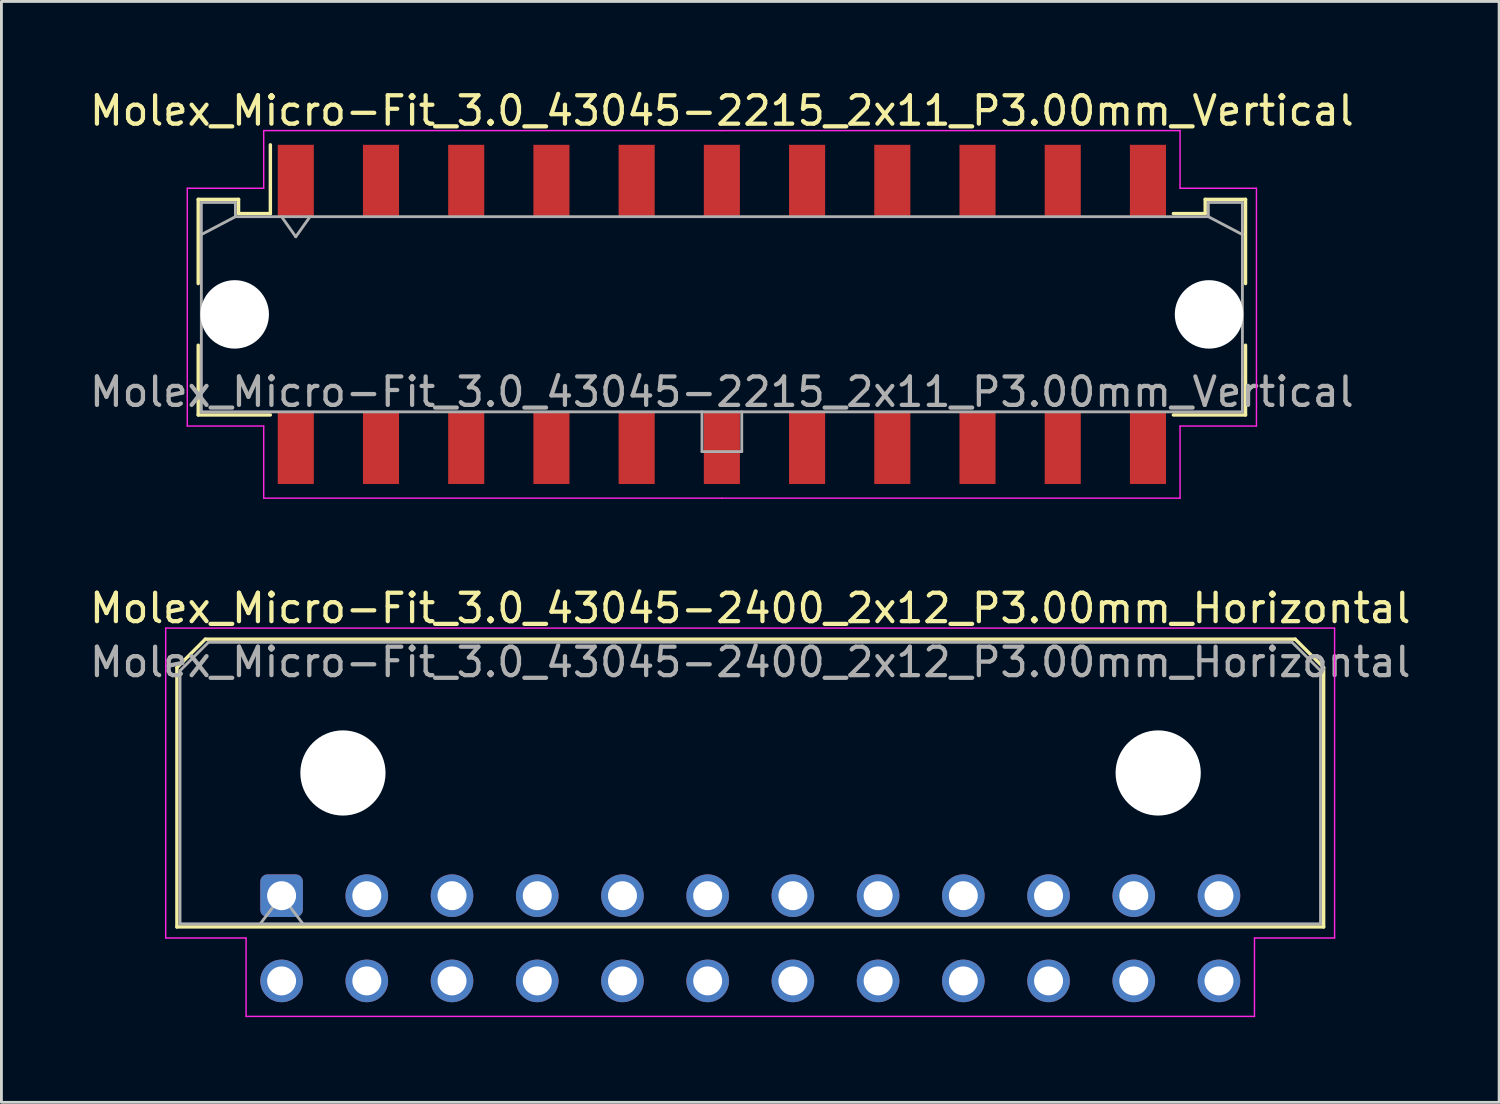
<source format=kicad_pcb>
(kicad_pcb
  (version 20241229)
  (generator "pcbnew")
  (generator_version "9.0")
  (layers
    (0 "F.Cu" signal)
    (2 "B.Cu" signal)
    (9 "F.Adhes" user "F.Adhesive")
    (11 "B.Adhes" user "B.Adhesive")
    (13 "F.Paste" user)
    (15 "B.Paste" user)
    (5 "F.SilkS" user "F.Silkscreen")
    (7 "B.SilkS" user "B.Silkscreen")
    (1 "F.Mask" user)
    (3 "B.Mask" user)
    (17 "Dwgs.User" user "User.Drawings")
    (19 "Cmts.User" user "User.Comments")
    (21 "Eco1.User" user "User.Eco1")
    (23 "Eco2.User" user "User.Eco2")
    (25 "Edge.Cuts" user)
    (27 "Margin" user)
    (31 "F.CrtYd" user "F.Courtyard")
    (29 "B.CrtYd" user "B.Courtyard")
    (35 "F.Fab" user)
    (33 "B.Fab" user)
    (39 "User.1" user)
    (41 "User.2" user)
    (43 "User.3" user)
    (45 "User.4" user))
  (footprint "Molex_Micro-Fit_3.0_43045-2400_2x12_P3.00mm_Horizontal"
    (layer "F.Cu")
    (at 6.863 28.482)
    (property "Reference" "Molex_Micro-Fit_3.0_43045-2400_2x12_P3.00mm_Horizontal" (at 16.5 -10.12 0) (layer "F.SilkS") (effects (font (size 1 1) (thickness 0.15))))
    (attr through_hole)
    (fp_line (start -3.685 -8.03) (end -2.685 -9.03) (stroke (width 0.12) (type solid)) (layer "F.SilkS"))
    (fp_line (start -3.685 1.1) (end -3.685 -8.03) (stroke (width 0.12) (type solid)) (layer "F.SilkS"))
    (fp_line (start -2.685 -9.03) (end 35.685 -9.03) (stroke (width 0.12) (type solid)) (layer "F.SilkS"))
    (fp_line (start 35.685 -9.03) (end 36.685 -8.03) (stroke (width 0.12) (type solid)) (layer "F.SilkS"))
    (fp_line (start 36.685 -8.03) (end 36.685 1.1) (stroke (width 0.12) (type solid)) (layer "F.SilkS"))
    (fp_line (start 36.685 1.1) (end -3.685 1.1) (stroke (width 0.12) (type solid)) (layer "F.SilkS"))
    (fp_line (start -4.08 -9.42) (end 37.07 -9.42) (stroke (width 0.05) (type solid)) (layer "F.CrtYd"))
    (fp_line (start -4.08 1.49) (end -4.08 -9.42) (stroke (width 0.05) (type solid)) (layer "F.CrtYd"))
    (fp_line (start -1.25 1.49) (end -4.08 1.49) (stroke (width 0.05) (type solid)) (layer "F.CrtYd"))
    (fp_line (start -1.25 4.25) (end -1.25 1.49) (stroke (width 0.05) (type solid)) (layer "F.CrtYd"))
    (fp_line (start 34.25 1.49) (end 34.25 4.25) (stroke (width 0.05) (type solid)) (layer "F.CrtYd"))
    (fp_line (start 34.25 4.25) (end -1.25 4.25) (stroke (width 0.05) (type solid)) (layer "F.CrtYd"))
    (fp_line (start 37.07 -9.42) (end 37.07 1.49) (stroke (width 0.05) (type solid)) (layer "F.CrtYd"))
    (fp_line (start 37.07 1.49) (end 34.25 1.49) (stroke (width 0.05) (type solid)) (layer "F.CrtYd"))
    (fp_line (start -3.575 -7.92) (end -2.575 -8.92) (stroke (width 0.1) (type solid)) (layer "F.Fab"))
    (fp_line (start -3.575 0.99) (end -3.575 -7.92) (stroke (width 0.1) (type solid)) (layer "F.Fab"))
    (fp_line (start -2.575 -8.92) (end 35.575 -8.92) (stroke (width 0.1) (type solid)) (layer "F.Fab"))
    (fp_line (start -0.75 0.99) (end 0 0) (stroke (width 0.1) (type solid)) (layer "F.Fab"))
    (fp_line (start 0 0) (end 0.75 0.99) (stroke (width 0.1) (type solid)) (layer "F.Fab"))
    (fp_line (start 35.575 -8.92) (end 36.575 -7.92) (stroke (width 0.1) (type solid)) (layer "F.Fab"))
    (fp_line (start 36.575 -7.92) (end 36.575 0.99) (stroke (width 0.1) (type solid)) (layer "F.Fab"))
    (fp_line (start 36.575 0.99) (end -3.575 0.99) (stroke (width 0.1) (type solid)) (layer "F.Fab"))
    (fp_text user "${REFERENCE}" (at 16.5 -8.22 0) (layer "F.Fab") (effects (font (size 1 1) (thickness 0.15))))
    (pad "" np_thru_hole circle (at 2.16 -4.32) (size 3 3) (drill 3) (layers "*.Cu" "*.Mask"))
    (pad "" np_thru_hole circle (at 30.86 -4.32) (size 3 3) (drill 3) (layers "*.Cu" "*.Mask"))
    (pad "1" thru_hole roundrect (at 0 0) (size 1.5 1.5) (drill 1.02) (layers "*.Cu" "*.Mask") (roundrect_rratio 0.167))
    (pad "2" thru_hole circle (at 3 0) (size 1.5 1.5) (drill 1.02) (layers "*.Cu" "*.Mask"))
    (pad "3" thru_hole circle (at 6 0) (size 1.5 1.5) (drill 1.02) (layers "*.Cu" "*.Mask"))
    (pad "4" thru_hole circle (at 9 0) (size 1.5 1.5) (drill 1.02) (layers "*.Cu" "*.Mask"))
    (pad "5" thru_hole circle (at 12 0) (size 1.5 1.5) (drill 1.02) (layers "*.Cu" "*.Mask"))
    (pad "6" thru_hole circle (at 15 0) (size 1.5 1.5) (drill 1.02) (layers "*.Cu" "*.Mask"))
    (pad "7" thru_hole circle (at 18 0) (size 1.5 1.5) (drill 1.02) (layers "*.Cu" "*.Mask"))
    (pad "8" thru_hole circle (at 21 0) (size 1.5 1.5) (drill 1.02) (layers "*.Cu" "*.Mask"))
    (pad "9" thru_hole circle (at 24 0) (size 1.5 1.5) (drill 1.02) (layers "*.Cu" "*.Mask"))
    (pad "10" thru_hole circle (at 27 0) (size 1.5 1.5) (drill 1.02) (layers "*.Cu" "*.Mask"))
    (pad "11" thru_hole circle (at 30 0) (size 1.5 1.5) (drill 1.02) (layers "*.Cu" "*.Mask"))
    (pad "12" thru_hole circle (at 33 0) (size 1.5 1.5) (drill 1.02) (layers "*.Cu" "*.Mask"))
    (pad "13" thru_hole circle (at 0 3) (size 1.5 1.5) (drill 1.02) (layers "*.Cu" "*.Mask"))
    (pad "14" thru_hole circle (at 3 3) (size 1.5 1.5) (drill 1.02) (layers "*.Cu" "*.Mask"))
    (pad "15" thru_hole circle (at 6 3) (size 1.5 1.5) (drill 1.02) (layers "*.Cu" "*.Mask"))
    (pad "16" thru_hole circle (at 9 3) (size 1.5 1.5) (drill 1.02) (layers "*.Cu" "*.Mask"))
    (pad "17" thru_hole circle (at 12 3) (size 1.5 1.5) (drill 1.02) (layers "*.Cu" "*.Mask"))
    (pad "18" thru_hole circle (at 15 3) (size 1.5 1.5) (drill 1.02) (layers "*.Cu" "*.Mask"))
    (pad "19" thru_hole circle (at 18 3) (size 1.5 1.5) (drill 1.02) (layers "*.Cu" "*.Mask"))
    (pad "20" thru_hole circle (at 21 3) (size 1.5 1.5) (drill 1.02) (layers "*.Cu" "*.Mask"))
    (pad "21" thru_hole circle (at 24 3) (size 1.5 1.5) (drill 1.02) (layers "*.Cu" "*.Mask"))
    (pad "22" thru_hole circle (at 27 3) (size 1.5 1.5) (drill 1.02) (layers "*.Cu" "*.Mask"))
    (pad "23" thru_hole circle (at 30 3) (size 1.5 1.5) (drill 1.02) (layers "*.Cu" "*.Mask"))
    (pad "24" thru_hole circle (at 33 3) (size 1.5 1.5) (drill 1.02) (layers "*.Cu" "*.Mask")))
  (footprint "Molex_Micro-Fit_3.0_43045-2215_2x11_P3.00mm_Vertical"
    (layer "F.Cu")
    (at 22.363 8.018)
    (property "Reference" "Molex_Micro-Fit_3.0_43045-2215_2x11_P3.00mm_Vertical" (at 0 -7.17 0) (layer "F.SilkS") (effects (font (size 1 1) (thickness 0.15))))
    (attr smd)
    (fp_line (start -18.435 -4.05) (end -17.015 -4.05) (stroke (width 0.12) (type solid)) (layer "F.SilkS"))
    (fp_line (start -18.435 -1.085) (end -18.435 -4.05) (stroke (width 0.12) (type solid)) (layer "F.SilkS"))
    (fp_line (start -18.435 1.085) (end -18.435 3.54) (stroke (width 0.12) (type solid)) (layer "F.SilkS"))
    (fp_line (start -18.435 3.54) (end -15.895 3.54) (stroke (width 0.12) (type solid)) (layer "F.SilkS"))
    (fp_line (start -17.015 -4.05) (end -17.015 -3.55) (stroke (width 0.12) (type solid)) (layer "F.SilkS"))
    (fp_line (start -17.015 -3.55) (end -15.895 -3.55) (stroke (width 0.12) (type solid)) (layer "F.SilkS"))
    (fp_line (start -15.895 -3.55) (end -15.895 -5.97) (stroke (width 0.12) (type solid)) (layer "F.SilkS"))
    (fp_line (start 17.015 -4.05) (end 17.015 -3.55) (stroke (width 0.12) (type solid)) (layer "F.SilkS"))
    (fp_line (start 17.015 -3.55) (end 15.895 -3.55) (stroke (width 0.12) (type solid)) (layer "F.SilkS"))
    (fp_line (start 18.435 -4.05) (end 17.015 -4.05) (stroke (width 0.12) (type solid)) (layer "F.SilkS"))
    (fp_line (start 18.435 -1.085) (end 18.435 -4.05) (stroke (width 0.12) (type solid)) (layer "F.SilkS"))
    (fp_line (start 18.435 1.085) (end 18.435 3.54) (stroke (width 0.12) (type solid)) (layer "F.SilkS"))
    (fp_line (start 18.435 3.54) (end 15.895 3.54) (stroke (width 0.12) (type solid)) (layer "F.SilkS"))
    (fp_line (start -18.82 -4.44) (end -18.82 3.93) (stroke (width 0.05) (type solid)) (layer "F.CrtYd"))
    (fp_line (start -18.82 3.93) (end -16.13 3.93) (stroke (width 0.05) (type solid)) (layer "F.CrtYd"))
    (fp_line (start -16.13 -6.47) (end -16.13 -4.44) (stroke (width 0.05) (type solid)) (layer "F.CrtYd"))
    (fp_line (start -16.13 -4.44) (end -18.82 -4.44) (stroke (width 0.05) (type solid)) (layer "F.CrtYd"))
    (fp_line (start -16.13 3.93) (end -16.13 6.47) (stroke (width 0.05) (type solid)) (layer "F.CrtYd"))
    (fp_line (start -16.13 6.47) (end 0 6.47) (stroke (width 0.05) (type solid)) (layer "F.CrtYd"))
    (fp_line (start 0 -6.47) (end -16.13 -6.47) (stroke (width 0.05) (type solid)) (layer "F.CrtYd"))
    (fp_line (start 0 -6.47) (end 16.13 -6.47) (stroke (width 0.05) (type solid)) (layer "F.CrtYd"))
    (fp_line (start 16.13 -6.47) (end 16.13 -4.44) (stroke (width 0.05) (type solid)) (layer "F.CrtYd"))
    (fp_line (start 16.13 -4.44) (end 18.82 -4.44) (stroke (width 0.05) (type solid)) (layer "F.CrtYd"))
    (fp_line (start 16.13 3.93) (end 16.13 6.47) (stroke (width 0.05) (type solid)) (layer "F.CrtYd"))
    (fp_line (start 16.13 6.47) (end 0 6.47) (stroke (width 0.05) (type solid)) (layer "F.CrtYd"))
    (fp_line (start 18.82 -4.44) (end 18.82 3.93) (stroke (width 0.05) (type solid)) (layer "F.CrtYd"))
    (fp_line (start 18.82 3.93) (end 16.13 3.93) (stroke (width 0.05) (type solid)) (layer "F.CrtYd"))
    (fp_line (start -18.325 -3.94) (end -18.325 3.43) (stroke (width 0.1) (type solid)) (layer "F.Fab"))
    (fp_line (start -18.325 -2.81) (end -17.125 -3.44) (stroke (width 0.1) (type solid)) (layer "F.Fab"))
    (fp_line (start -18.325 3.43) (end 18.325 3.43) (stroke (width 0.1) (type solid)) (layer "F.Fab"))
    (fp_line (start -17.125 -3.94) (end -18.325 -3.94) (stroke (width 0.1) (type solid)) (layer "F.Fab"))
    (fp_line (start -17.125 -3.44) (end -17.125 -3.94) (stroke (width 0.1) (type solid)) (layer "F.Fab"))
    (fp_line (start -15.5 -3.44) (end -15 -2.733) (stroke (width 0.1) (type solid)) (layer "F.Fab"))
    (fp_line (start -15 -2.733) (end -14.5 -3.44) (stroke (width 0.1) (type solid)) (layer "F.Fab"))
    (fp_line (start -0.7 3.43) (end -0.7 4.83) (stroke (width 0.1) (type solid)) (layer "F.Fab"))
    (fp_line (start -0.7 4.83) (end 0.7 4.83) (stroke (width 0.1) (type solid)) (layer "F.Fab"))
    (fp_line (start 0.7 4.83) (end 0.7 3.43) (stroke (width 0.1) (type solid)) (layer "F.Fab"))
    (fp_line (start 17.125 -3.94) (end 17.125 -3.44) (stroke (width 0.1) (type solid)) (layer "F.Fab"))
    (fp_line (start 17.125 -3.44) (end -17.125 -3.44) (stroke (width 0.1) (type solid)) (layer "F.Fab"))
    (fp_line (start 18.325 -3.94) (end 17.125 -3.94) (stroke (width 0.1) (type solid)) (layer "F.Fab"))
    (fp_line (start 18.325 -2.81) (end 17.125 -3.44) (stroke (width 0.1) (type solid)) (layer "F.Fab"))
    (fp_line (start 18.325 3.43) (end 18.325 -3.94) (stroke (width 0.1) (type solid)) (layer "F.Fab"))
    (fp_text user "${REFERENCE}" (at 0 2.73 0) (layer "F.Fab") (effects (font (size 1 1) (thickness 0.15))))
    (pad "" np_thru_hole circle (at -17.15 0) (size 2.41 2.41) (drill 2.41) (layers "*.Cu" "*.Mask"))
    (pad "" np_thru_hole circle (at 17.15 0) (size 2.41 2.41) (drill 2.41) (layers "*.Cu" "*.Mask"))
    (pad "1" smd rect (at -15 -4.7) (size 1.27 2.54) (layers "F.Cu" "F.Mask" "F.Paste"))
    (pad "2" smd rect (at -12 -4.7) (size 1.27 2.54) (layers "F.Cu" "F.Mask" "F.Paste"))
    (pad "3" smd rect (at -9 -4.7) (size 1.27 2.54) (layers "F.Cu" "F.Mask" "F.Paste"))
    (pad "4" smd rect (at -6 -4.7) (size 1.27 2.54) (layers "F.Cu" "F.Mask" "F.Paste"))
    (pad "5" smd rect (at -3 -4.7) (size 1.27 2.54) (layers "F.Cu" "F.Mask" "F.Paste"))
    (pad "6" smd rect (at 0 -4.7) (size 1.27 2.54) (layers "F.Cu" "F.Mask" "F.Paste"))
    (pad "7" smd rect (at 3 -4.7) (size 1.27 2.54) (layers "F.Cu" "F.Mask" "F.Paste"))
    (pad "8" smd rect (at 6 -4.7) (size 1.27 2.54) (layers "F.Cu" "F.Mask" "F.Paste"))
    (pad "9" smd rect (at 9 -4.7) (size 1.27 2.54) (layers "F.Cu" "F.Mask" "F.Paste"))
    (pad "10" smd rect (at 12 -4.7) (size 1.27 2.54) (layers "F.Cu" "F.Mask" "F.Paste"))
    (pad "11" smd rect (at 15 -4.7) (size 1.27 2.54) (layers "F.Cu" "F.Mask" "F.Paste"))
    (pad "12" smd rect (at -15 4.7) (size 1.27 2.54) (layers "F.Cu" "F.Mask" "F.Paste"))
    (pad "13" smd rect (at -12 4.7) (size 1.27 2.54) (layers "F.Cu" "F.Mask" "F.Paste"))
    (pad "14" smd rect (at -9 4.7) (size 1.27 2.54) (layers "F.Cu" "F.Mask" "F.Paste"))
    (pad "15" smd rect (at -6 4.7) (size 1.27 2.54) (layers "F.Cu" "F.Mask" "F.Paste"))
    (pad "16" smd rect (at -3 4.7) (size 1.27 2.54) (layers "F.Cu" "F.Mask" "F.Paste"))
    (pad "17" smd rect (at 0 4.7) (size 1.27 2.54) (layers "F.Cu" "F.Mask" "F.Paste"))
    (pad "18" smd rect (at 3 4.7) (size 1.27 2.54) (layers "F.Cu" "F.Mask" "F.Paste"))
    (pad "19" smd rect (at 6 4.7) (size 1.27 2.54) (layers "F.Cu" "F.Mask" "F.Paste"))
    (pad "20" smd rect (at 9 4.7) (size 1.27 2.54) (layers "F.Cu" "F.Mask" "F.Paste"))
    (pad "21" smd rect (at 12 4.7) (size 1.27 2.54) (layers "F.Cu" "F.Mask" "F.Paste"))
    (pad "22" smd rect (at 15 4.7) (size 1.27 2.54) (layers "F.Cu" "F.Mask" "F.Paste")))
  (gr_rect
    (start -3 -3)
    (end 49.726 35.757)
    (stroke (width 0.1) (type default))
    (fill no)
    (layer "Edge.Cuts")))
</source>
